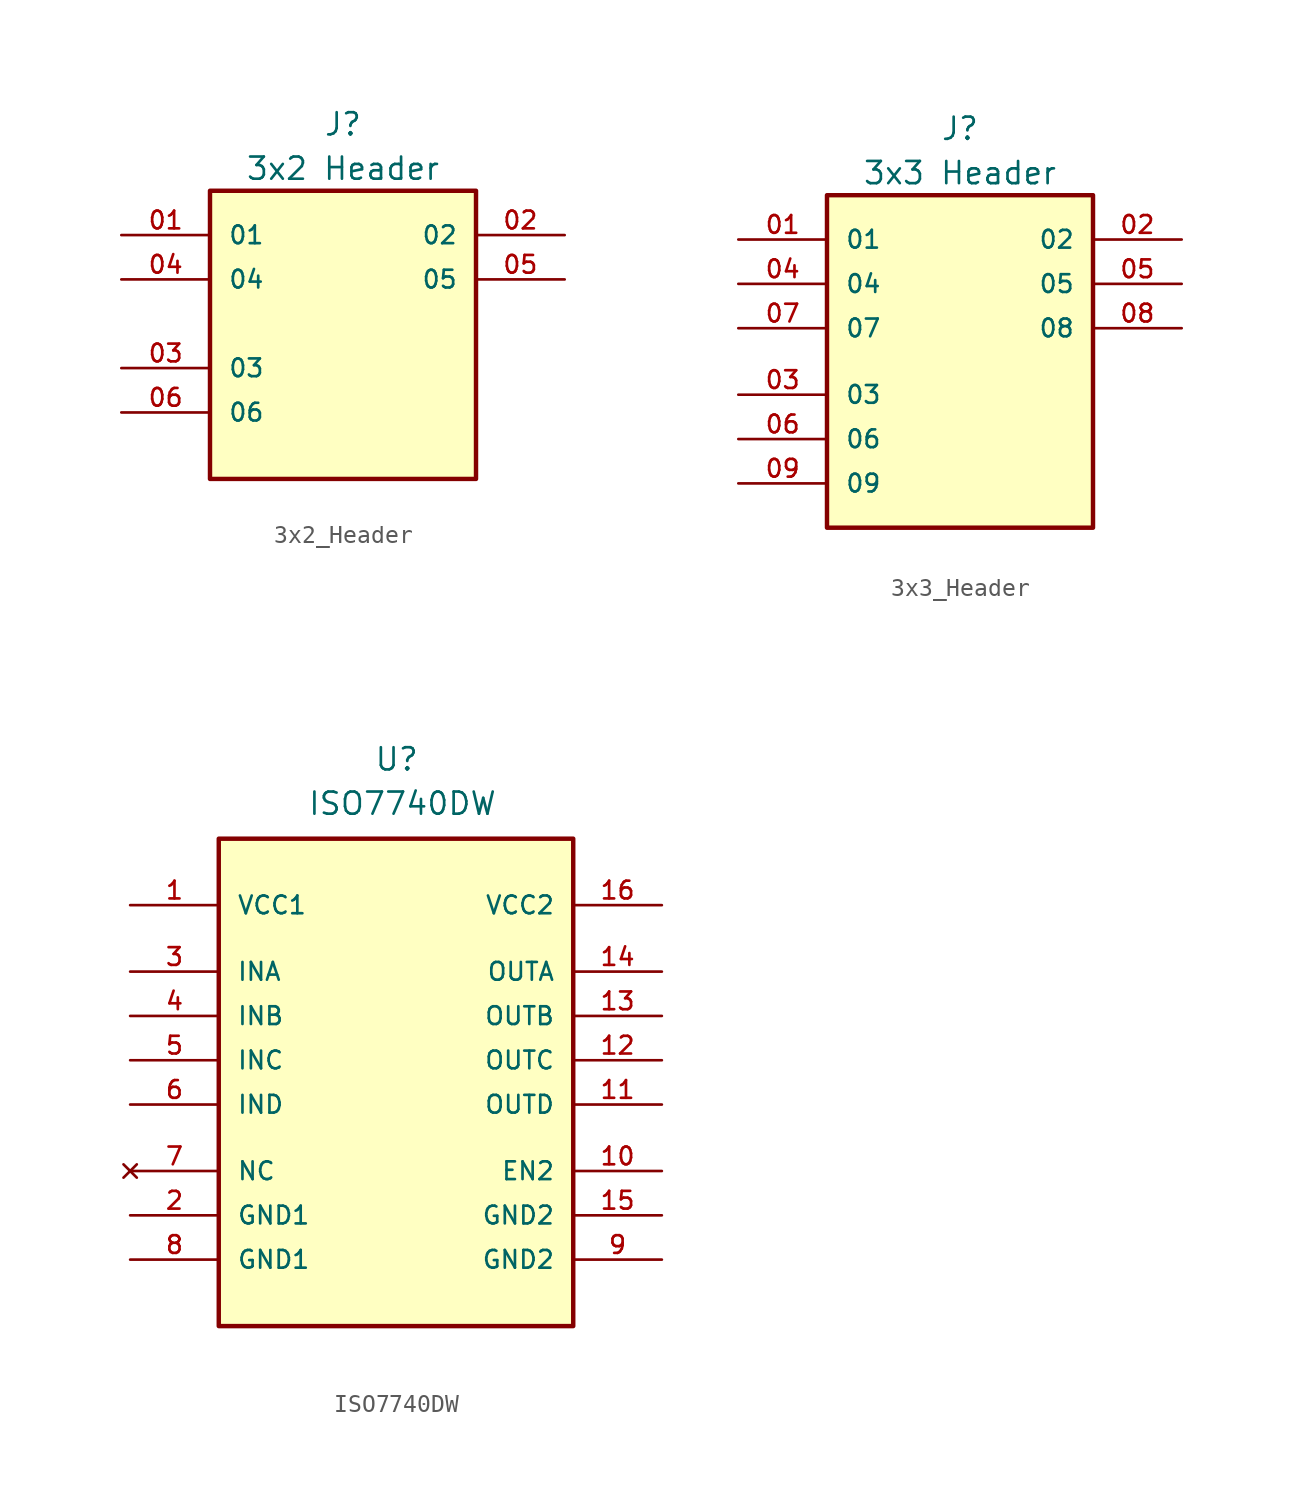
<source format=kicad_sym>
(kicad_symbol_lib
  (version 20220914)
  (generator kicad_symbol_editor)
  (symbol "3x2_Header"
    (pin_names
      (offset 1.016))
    (property "Reference" "J"
      (at 0 11.43 0)
      (effects (font (size 1.27 1.27))))
    (property "Value" "3x2 Header"
      (at 0 8.89 0)
      (effects (font (size 1.27 1.27))))
    (symbol "3x2_Header_0_0"
      (rectangle (start -7.62 7.62) (end 7.62 -8.89) (stroke (width 0.254) (type default)) (fill (type background)))
      (pin passive line (at -12.7 5.08 0) (length 5.08) (name "01" (effects (font (size 1.016 1.016)))) (number "01" (effects (font (size 1.016 1.016)))))
      (pin passive line (at 12.7 5.08 180) (length 5.08) (name "02" (effects (font (size 1.016 1.016)))) (number "02" (effects (font (size 1.016 1.016)))))
      (pin passive line (at -12.7 -2.54 0) (length 5.08) (name "03" (effects (font (size 1.016 1.016)))) (number "03" (effects (font (size 1.016 1.016)))))
      (pin passive line (at -12.7 2.54 0) (length 5.08) (name "04" (effects (font (size 1.016 1.016)))) (number "04" (effects (font (size 1.016 1.016)))))
      (pin passive line (at 12.7 2.54 180) (length 5.08) (name "05" (effects (font (size 1.016 1.016)))) (number "05" (effects (font (size 1.016 1.016)))))
      (pin passive line (at -12.7 -5.08 0) (length 5.08) (name "06" (effects (font (size 1.016 1.016)))) (number "06" (effects (font (size 1.016 1.016)))))))
  (symbol "3x3_Header"
    (pin_names
      (offset 1.016))
    (property "Reference" "J"
      (at 0 11.43 0)
      (effects (font (size 1.27 1.27))))
    (property "Value" "3x3 Header"
      (at 0 8.89 0)
      (effects (font (size 1.27 1.27))))
    (symbol "3x3_Header_0_0"
      (rectangle (start -7.62 7.62) (end 7.62 -11.43) (stroke (width 0.254) (type default)) (fill (type background)))
      (pin passive line (at -12.7 5.08 0) (length 5.08) (name "01" (effects (font (size 1.016 1.016)))) (number "01" (effects (font (size 1.016 1.016)))))
      (pin passive line (at 12.7 5.08 180) (length 5.08) (name "02" (effects (font (size 1.016 1.016)))) (number "02" (effects (font (size 1.016 1.016)))))
      (pin passive line (at -12.7 -3.81 0) (length 5.08) (name "03" (effects (font (size 1.016 1.016)))) (number "03" (effects (font (size 1.016 1.016)))))
      (pin passive line (at -12.7 2.54 0) (length 5.08) (name "04" (effects (font (size 1.016 1.016)))) (number "04" (effects (font (size 1.016 1.016)))))
      (pin passive line (at 12.7 2.54 180) (length 5.08) (name "05" (effects (font (size 1.016 1.016)))) (number "05" (effects (font (size 1.016 1.016)))))
      (pin passive line (at -12.7 -6.35 0) (length 5.08) (name "06" (effects (font (size 1.016 1.016)))) (number "06" (effects (font (size 1.016 1.016))))))
    (symbol "3x3_Header_1_0"
      (pin passive line (at -12.7 0 0) (length 5.08) (name "07" (effects (font (size 1.016 1.016)))) (number "07" (effects (font (size 1.016 1.016)))))
      (pin passive line (at 12.7 0 180) (length 5.08) (name "08" (effects (font (size 1.016 1.016)))) (number "08" (effects (font (size 1.016 1.016)))))
      (pin passive line (at -12.7 -8.89 0) (length 5.08) (name "09" (effects (font (size 1.016 1.016)))) (number "09" (effects (font (size 1.016 1.016)))))))
  (symbol "ISO7740DW"
    (pin_names
      (offset 1.016))
    (property "Reference" "U"
      (at -1.27 17.78 0)
      (effects (font (size 1.27 1.27)) (justify left bottom)))
    (property "Value" "ISO7740DW"
      (at -5.08 15.24 0)
      (effects (font (size 1.27 1.27)) (justify left bottom)))
    (symbol "ISO7740DW_0_0"
      (rectangle (start -10.16 13.97) (end 10.16 -13.97) (stroke (width 0.254) (type default)) (fill (type background)))
      (pin power_in line (at -15.24 10.16 0) (length 5.08) (name "VCC1" (effects (font (size 1.016 1.016)))) (number "1" (effects (font (size 1.016 1.016)))))
      (pin power_in line (at 15.24 -5.08 180) (length 5.08) (name "EN2" (effects (font (size 1.016 1.016)))) (number "10" (effects (font (size 1.016 1.016)))))
      (pin output line (at 15.24 -1.27 180) (length 5.08) (name "OUTD" (effects (font (size 1.016 1.016)))) (number "11" (effects (font (size 1.016 1.016)))))
      (pin output line (at 15.24 1.27 180) (length 5.08) (name "OUTC" (effects (font (size 1.016 1.016)))) (number "12" (effects (font (size 1.016 1.016)))))
      (pin output line (at 15.24 3.81 180) (length 5.08) (name "OUTB" (effects (font (size 1.016 1.016)))) (number "13" (effects (font (size 1.016 1.016)))))
      (pin output line (at 15.24 6.35 180) (length 5.08) (name "OUTA" (effects (font (size 1.016 1.016)))) (number "14" (effects (font (size 1.016 1.016)))))
      (pin power_in line (at 15.24 -7.62 180) (length 5.08) (name "GND2" (effects (font (size 1.016 1.016)))) (number "15" (effects (font (size 1.016 1.016)))))
      (pin power_in line (at 15.24 10.16 180) (length 5.08) (name "VCC2" (effects (font (size 1.016 1.016)))) (number "16" (effects (font (size 1.016 1.016)))))
      (pin power_in line (at -15.24 -7.62 0) (length 5.08) (name "GND1" (effects (font (size 1.016 1.016)))) (number "2" (effects (font (size 1.016 1.016)))))
      (pin input line (at -15.24 6.35 0) (length 5.08) (name "INA" (effects (font (size 1.016 1.016)))) (number "3" (effects (font (size 1.016 1.016)))))
      (pin input line (at -15.24 3.81 0) (length 5.08) (name "INB" (effects (font (size 1.016 1.016)))) (number "4" (effects (font (size 1.016 1.016)))))
      (pin input line (at -15.24 1.27 0) (length 5.08) (name "INC" (effects (font (size 1.016 1.016)))) (number "5" (effects (font (size 1.016 1.016)))))
      (pin input line (at -15.24 -1.27 0) (length 5.08) (name "IND" (effects (font (size 1.016 1.016)))) (number "6" (effects (font (size 1.016 1.016)))))
      (pin no_connect line (at -15.24 -5.08 0) (length 5.08) (name "NC" (effects (font (size 1.016 1.016)))) (number "7" (effects (font (size 1.016 1.016)))))
      (pin power_in line (at -15.24 -10.16 0) (length 5.08) (name "GND1" (effects (font (size 1.016 1.016)))) (number "8" (effects (font (size 1.016 1.016)))))
      (pin power_in line (at 15.24 -10.16 180) (length 5.08) (name "GND2" (effects (font (size 1.016 1.016)))) (number "9" (effects (font (size 1.016 1.016))))))))
</source>
